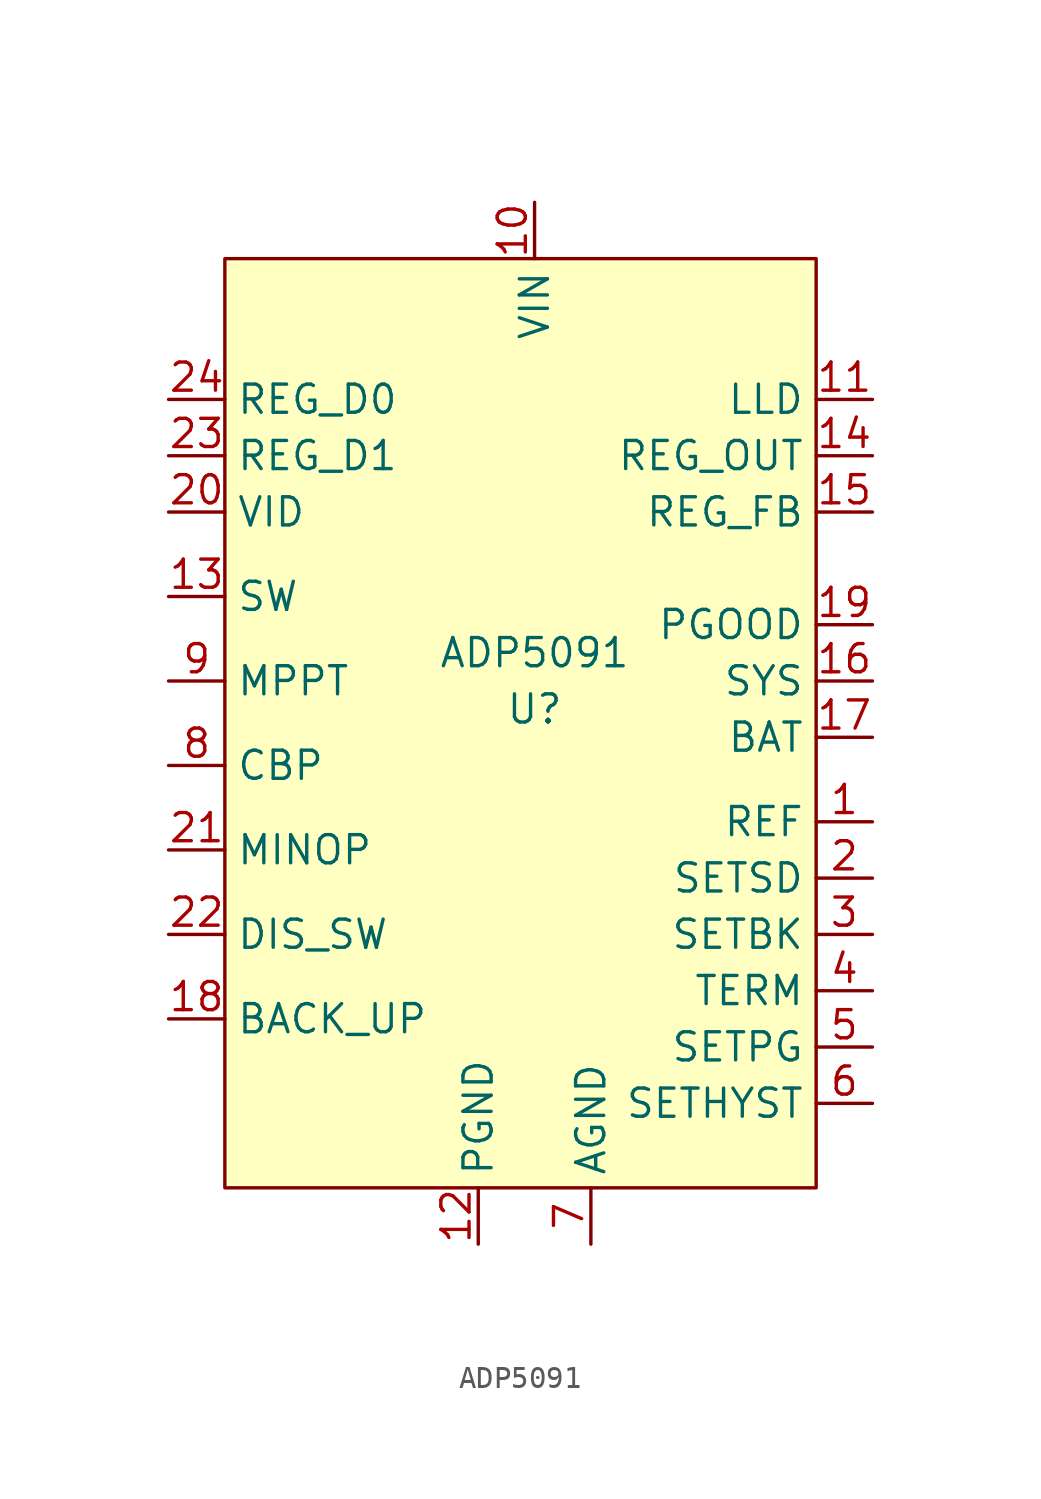
<source format=kicad_sym>
(kicad_symbol_lib
  (version 20220914)
  (generator kicad_symbol_editor)
  (symbol "ADP5091"
    (property "Reference" "U"
      (at 0 0 0)
      (effects (font (size 1.27 1.27))))
    (property "Value" "ADP5091"
      (at 0 2.54 0)
      (effects (font (size 1.27 1.27))))
    (symbol "ADP5091_0_0"
      (pin output line (at 15.24 -5.08 180) (length 2.54) (name "REF" (effects (font (size 1.27 1.27)))) (number "1" (effects (font (size 1.27 1.27)))))
      (pin power_in line (at 0 22.86 270) (length 2.54) (name "VIN" (effects (font (size 1.27 1.27)))) (number "10" (effects (font (size 1.27 1.27)))))
      (pin output line (at 15.24 13.97 180) (length 2.54) (name "LLD" (effects (font (size 1.27 1.27)))) (number "11" (effects (font (size 1.27 1.27)))))
      (pin power_in line (at -2.54 -24.13 90) (length 2.54) (name "PGND" (effects (font (size 1.27 1.27)))) (number "12" (effects (font (size 1.27 1.27)))))
      (pin passive line (at -16.51 5.08 0) (length 2.54) (name "SW" (effects (font (size 1.27 1.27)))) (number "13" (effects (font (size 1.27 1.27)))))
      (pin power_out line (at 15.24 11.43 180) (length 2.54) (name "REG_OUT" (effects (font (size 1.27 1.27)))) (number "14" (effects (font (size 1.27 1.27)))))
      (pin input line (at 15.24 8.89 180) (length 2.54) (name "REG_FB" (effects (font (size 1.27 1.27)))) (number "15" (effects (font (size 1.27 1.27)))))
      (pin power_out line (at 15.24 1.27 180) (length 2.54) (name "SYS" (effects (font (size 1.27 1.27)))) (number "16" (effects (font (size 1.27 1.27)))))
      (pin bidirectional line (at 15.24 -1.27 180) (length 2.54) (name "BAT" (effects (font (size 1.27 1.27)))) (number "17" (effects (font (size 1.27 1.27)))))
      (pin power_in line (at -16.51 -13.97 0) (length 2.54) (name "BACK_UP" (effects (font (size 1.27 1.27)))) (number "18" (effects (font (size 1.27 1.27)))))
      (pin output line (at 15.24 3.81 180) (length 2.54) (name "PGOOD" (effects (font (size 1.27 1.27)))) (number "19" (effects (font (size 1.27 1.27)))))
      (pin input line (at 15.24 -7.62 180) (length 2.54) (name "SETSD" (effects (font (size 1.27 1.27)))) (number "2" (effects (font (size 1.27 1.27)))))
      (pin input line (at -16.51 8.89 0) (length 2.54) (name "VID" (effects (font (size 1.27 1.27)))) (number "20" (effects (font (size 1.27 1.27)))))
      (pin input line (at -16.51 -6.35 0) (length 2.54) (name "MINOP" (effects (font (size 1.27 1.27)))) (number "21" (effects (font (size 1.27 1.27)))))
      (pin input line (at -16.51 -10.16 0) (length 2.54) (name "DIS_SW" (effects (font (size 1.27 1.27)))) (number "22" (effects (font (size 1.27 1.27)))))
      (pin input line (at -16.51 11.43 0) (length 2.54) (name "REG_D1" (effects (font (size 1.27 1.27)))) (number "23" (effects (font (size 1.27 1.27)))))
      (pin input line (at -16.51 13.97 0) (length 2.54) (name "REG_D0" (effects (font (size 1.27 1.27)))) (number "24" (effects (font (size 1.27 1.27)))))
      (pin input line (at 15.24 -10.16 180) (length 2.54) (name "SETBK" (effects (font (size 1.27 1.27)))) (number "3" (effects (font (size 1.27 1.27)))))
      (pin input line (at 15.24 -12.7 180) (length 2.54) (name "TERM" (effects (font (size 1.27 1.27)))) (number "4" (effects (font (size 1.27 1.27)))))
      (pin input line (at 15.24 -15.24 180) (length 2.54) (name "SETPG" (effects (font (size 1.27 1.27)))) (number "5" (effects (font (size 1.27 1.27)))))
      (pin input line (at 15.24 -17.78 180) (length 2.54) (name "SETHYST" (effects (font (size 1.27 1.27)))) (number "6" (effects (font (size 1.27 1.27)))))
      (pin power_in line (at 2.54 -24.13 90) (length 2.54) (name "AGND" (effects (font (size 1.27 1.27)))) (number "7" (effects (font (size 1.27 1.27)))))
      (pin passive line (at -16.51 -2.54 0) (length 2.54) (name "CBP" (effects (font (size 1.27 1.27)))) (number "8" (effects (font (size 1.27 1.27)))))
      (pin input line (at -16.51 1.27 0) (length 2.54) (name "MPPT" (effects (font (size 1.27 1.27)))) (number "9" (effects (font (size 1.27 1.27))))))
    (symbol "ADP5091_1_0"
      (pin power_in line (at 2.54 -24.13 90) (length 2.54) hide (name "AGND" (effects (font (size 1.27 1.27)))) (number "EPAD" (effects (font (size 1.27 1.27)))) (alternate "EPAD" power_in line)))
    (symbol "ADP5091_1_1"
      (rectangle (start -13.97 20.32) (end 12.7 -21.59) (stroke (width 0) (type default)) (fill (type background))))))
</source>
